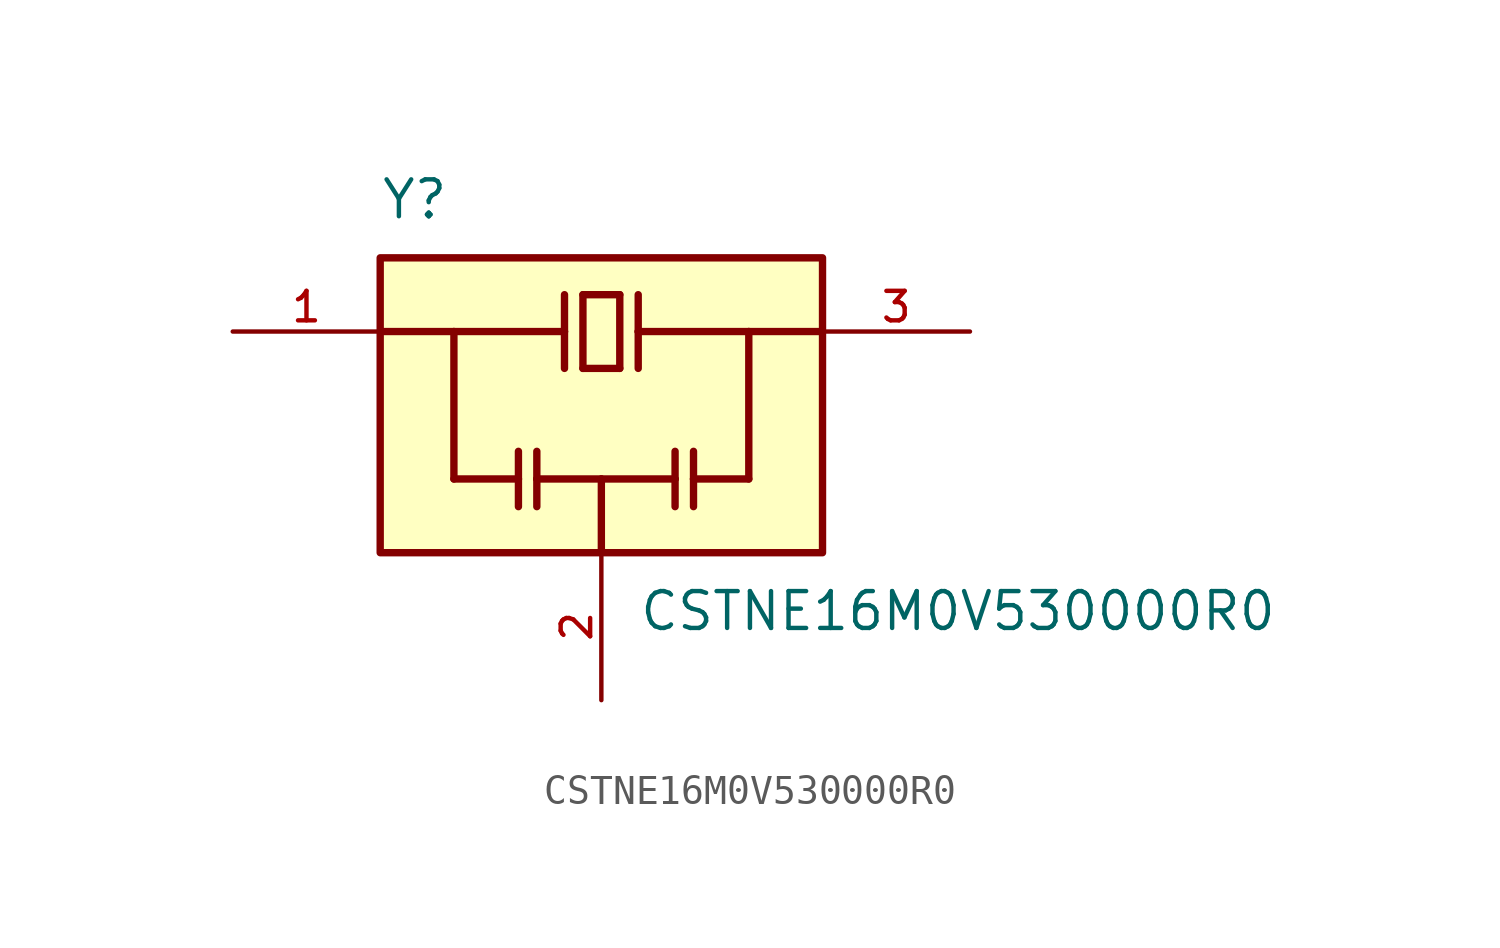
<source format=kicad_sym>
(kicad_symbol_lib
  (version 20220914)
  (generator kicad_symbol_editor)
  (symbol "CSTNE16M0V530000R0"
    (pin_names
      (offset 1.016))
    (property "Reference" "Y"
      (at -7.62 6.35 0)
      (effects (font (size 1.27 1.27)) (justify left bottom)))
    (property "Value" "CSTNE16M0V530000R0"
      (at 1.27 -6.35 0)
      (effects (font (size 1.27 1.27)) (justify left top)))
    (symbol "CSTNE16M0V530000R0_0_0"
      (rectangle (start -7.62 -5.08) (end 7.62 5.08) (stroke (width 0.254) (type default)) (fill (type background)))
      (polyline (pts (xy -7.62 2.54) (xy -5.08 2.54)) (stroke (width 0.254) (type default)) (fill (type none)))
      (polyline (pts (xy -5.08 -2.54) (xy -5.08 2.54)) (stroke (width 0.254) (type default)) (fill (type none)))
      (polyline (pts (xy -5.08 2.54) (xy -1.27 2.54)) (stroke (width 0.254) (type default)) (fill (type none)))
      (polyline (pts (xy -2.857 -2.54) (xy -5.08 -2.54)) (stroke (width 0.254) (type default)) (fill (type none)))
      (polyline (pts (xy -2.857 -2.54) (xy -2.857 -3.493)) (stroke (width 0.254) (type default)) (fill (type none)))
      (polyline (pts (xy -2.857 -1.587) (xy -2.857 -2.54)) (stroke (width 0.254) (type default)) (fill (type none)))
      (polyline (pts (xy -2.223 -2.54) (xy -2.223 -3.493)) (stroke (width 0.254) (type default)) (fill (type none)))
      (polyline (pts (xy -2.223 -1.587) (xy -2.223 -2.54)) (stroke (width 0.254) (type default)) (fill (type none)))
      (polyline (pts (xy -1.27 2.54) (xy -1.27 1.27)) (stroke (width 0.254) (type default)) (fill (type none)))
      (polyline (pts (xy -1.27 3.81) (xy -1.27 2.54)) (stroke (width 0.254) (type default)) (fill (type none)))
      (polyline (pts (xy -0.635 1.27) (xy -0.635 3.81)) (stroke (width 0.254) (type default)) (fill (type none)))
      (polyline (pts (xy -0.635 3.81) (xy 0.635 3.81)) (stroke (width 0.254) (type default)) (fill (type none)))
      (polyline (pts (xy 0 -5.08) (xy 0 -2.54)) (stroke (width 0.254) (type default)) (fill (type none)))
      (polyline (pts (xy 0 -2.54) (xy -2.223 -2.54)) (stroke (width 0.254) (type default)) (fill (type none)))
      (polyline (pts (xy 0 -2.54) (xy 2.54 -2.54)) (stroke (width 0.254) (type default)) (fill (type none)))
      (polyline (pts (xy 0.635 1.27) (xy -0.635 1.27)) (stroke (width 0.254) (type default)) (fill (type none)))
      (polyline (pts (xy 0.635 3.81) (xy 0.635 1.27)) (stroke (width 0.254) (type default)) (fill (type none)))
      (polyline (pts (xy 1.27 2.54) (xy 1.27 1.27)) (stroke (width 0.254) (type default)) (fill (type none)))
      (polyline (pts (xy 1.27 2.54) (xy 5.08 2.54)) (stroke (width 0.254) (type default)) (fill (type none)))
      (polyline (pts (xy 1.27 3.81) (xy 1.27 2.54)) (stroke (width 0.254) (type default)) (fill (type none)))
      (polyline (pts (xy 2.54 -2.54) (xy 2.54 -3.493)) (stroke (width 0.254) (type default)) (fill (type none)))
      (polyline (pts (xy 2.54 -1.587) (xy 2.54 -2.54)) (stroke (width 0.254) (type default)) (fill (type none)))
      (polyline (pts (xy 3.175 -2.54) (xy 3.175 -3.493)) (stroke (width 0.254) (type default)) (fill (type none)))
      (polyline (pts (xy 3.175 -2.54) (xy 5.08 -2.54)) (stroke (width 0.254) (type default)) (fill (type none)))
      (polyline (pts (xy 3.175 -1.587) (xy 3.175 -2.54)) (stroke (width 0.254) (type default)) (fill (type none)))
      (polyline (pts (xy 5.08 -2.54) (xy 5.08 2.54)) (stroke (width 0.254) (type default)) (fill (type none)))
      (polyline (pts (xy 5.08 2.54) (xy 7.62 2.54)) (stroke (width 0.254) (type default)) (fill (type none)))
      (pin input line (at -12.7 2.54 0) (length 5.08) (name "~" (effects (font (size 1.016 1.016)))) (number "1" (effects (font (size 1.016 1.016)))))
      (pin power_in line (at 0 -10.16 90) (length 5.08) (name "~" (effects (font (size 1.016 1.016)))) (number "2" (effects (font (size 1.016 1.016)))))
      (pin output line (at 12.7 2.54 180) (length 5.08) (name "~" (effects (font (size 1.016 1.016)))) (number "3" (effects (font (size 1.016 1.016))))))))
</source>
